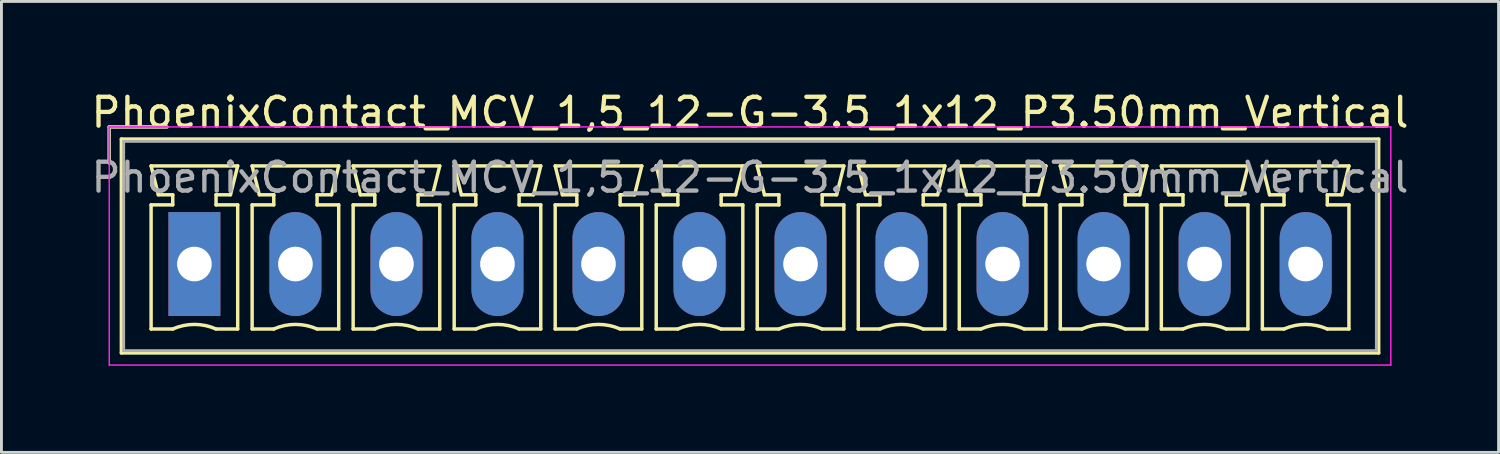
<source format=kicad_pcb>
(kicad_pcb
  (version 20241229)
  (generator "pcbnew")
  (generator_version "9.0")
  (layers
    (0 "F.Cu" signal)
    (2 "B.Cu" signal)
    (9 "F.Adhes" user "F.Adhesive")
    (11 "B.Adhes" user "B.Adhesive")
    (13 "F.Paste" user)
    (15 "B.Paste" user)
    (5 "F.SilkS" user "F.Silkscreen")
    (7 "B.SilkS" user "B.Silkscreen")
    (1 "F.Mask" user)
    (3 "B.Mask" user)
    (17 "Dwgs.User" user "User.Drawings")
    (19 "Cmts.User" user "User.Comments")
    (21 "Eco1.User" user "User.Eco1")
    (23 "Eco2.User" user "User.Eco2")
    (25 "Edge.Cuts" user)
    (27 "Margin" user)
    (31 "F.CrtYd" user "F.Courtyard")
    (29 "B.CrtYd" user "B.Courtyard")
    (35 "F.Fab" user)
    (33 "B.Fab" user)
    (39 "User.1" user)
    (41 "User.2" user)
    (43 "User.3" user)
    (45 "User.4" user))
  (footprint "PhoenixContact_MCV_1,5_12-G-3.5_1x12_P3.50mm_Vertical"
    (layer "F.Cu")
    (at 3.685 6.098)
    (property "Reference" "PhoenixContact_MCV_1,5_12-G-3.5_1x12_P3.50mm_Vertical" (at 19.25 -5.25 0) (layer "F.SilkS") (effects (font (size 1 1) (thickness 0.15))))
    (attr through_hole)
    (fp_line (start -2.95 -4.75) (end -0.95 -4.75) (stroke (width 0.12) (type solid)) (layer "F.SilkS"))
    (fp_line (start -2.95 -3.5) (end -2.95 -4.75) (stroke (width 0.12) (type solid)) (layer "F.SilkS"))
    (fp_line (start -2.53 -4.33) (end -2.53 3.08) (stroke (width 0.12) (type solid)) (layer "F.SilkS"))
    (fp_line (start -2.53 3.08) (end 41.03 3.08) (stroke (width 0.12) (type solid)) (layer "F.SilkS"))
    (fp_line (start -1.5 -3.4) (end 1.5 -3.4) (stroke (width 0.12) (type solid)) (layer "F.SilkS"))
    (fp_line (start -1.5 -2.05) (end -0.75 -2.05) (stroke (width 0.12) (type solid)) (layer "F.SilkS"))
    (fp_line (start -1.5 2.25) (end -1.5 -2.05) (stroke (width 0.12) (type solid)) (layer "F.SilkS"))
    (fp_line (start -1.25 -2.4) (end -1.5 -3.4) (stroke (width 0.12) (type solid)) (layer "F.SilkS"))
    (fp_line (start -0.75 -2.4) (end -1.25 -2.4) (stroke (width 0.12) (type solid)) (layer "F.SilkS"))
    (fp_line (start -0.75 -2.05) (end -0.75 -2.4) (stroke (width 0.12) (type solid)) (layer "F.SilkS"))
    (fp_line (start -0.75 2.25) (end -1.5 2.25) (stroke (width 0.12) (type solid)) (layer "F.SilkS"))
    (fp_line (start 0.75 -2.4) (end 0.75 -2.05) (stroke (width 0.12) (type solid)) (layer "F.SilkS"))
    (fp_line (start 0.75 -2.05) (end 1.5 -2.05) (stroke (width 0.12) (type solid)) (layer "F.SilkS"))
    (fp_line (start 1.25 -2.4) (end 0.75 -2.4) (stroke (width 0.12) (type solid)) (layer "F.SilkS"))
    (fp_line (start 1.5 -3.4) (end 1.25 -2.4) (stroke (width 0.12) (type solid)) (layer "F.SilkS"))
    (fp_line (start 1.5 -2.05) (end 1.5 2.25) (stroke (width 0.12) (type solid)) (layer "F.SilkS"))
    (fp_line (start 1.5 2.25) (end 0.75 2.25) (stroke (width 0.12) (type solid)) (layer "F.SilkS"))
    (fp_line (start 2 -3.4) (end 5 -3.4) (stroke (width 0.12) (type solid)) (layer "F.SilkS"))
    (fp_line (start 2 -2.05) (end 2.75 -2.05) (stroke (width 0.12) (type solid)) (layer "F.SilkS"))
    (fp_line (start 2 2.25) (end 2 -2.05) (stroke (width 0.12) (type solid)) (layer "F.SilkS"))
    (fp_line (start 2.25 -2.4) (end 2 -3.4) (stroke (width 0.12) (type solid)) (layer "F.SilkS"))
    (fp_line (start 2.75 -2.4) (end 2.25 -2.4) (stroke (width 0.12) (type solid)) (layer "F.SilkS"))
    (fp_line (start 2.75 -2.05) (end 2.75 -2.4) (stroke (width 0.12) (type solid)) (layer "F.SilkS"))
    (fp_line (start 2.75 2.25) (end 2 2.25) (stroke (width 0.12) (type solid)) (layer "F.SilkS"))
    (fp_line (start 4.25 -2.4) (end 4.25 -2.05) (stroke (width 0.12) (type solid)) (layer "F.SilkS"))
    (fp_line (start 4.25 -2.05) (end 5 -2.05) (stroke (width 0.12) (type solid)) (layer "F.SilkS"))
    (fp_line (start 4.75 -2.4) (end 4.25 -2.4) (stroke (width 0.12) (type solid)) (layer "F.SilkS"))
    (fp_line (start 5 -3.4) (end 4.75 -2.4) (stroke (width 0.12) (type solid)) (layer "F.SilkS"))
    (fp_line (start 5 -2.05) (end 5 2.25) (stroke (width 0.12) (type solid)) (layer "F.SilkS"))
    (fp_line (start 5 2.25) (end 4.25 2.25) (stroke (width 0.12) (type solid)) (layer "F.SilkS"))
    (fp_line (start 5.5 -3.4) (end 8.5 -3.4) (stroke (width 0.12) (type solid)) (layer "F.SilkS"))
    (fp_line (start 5.5 -2.05) (end 6.25 -2.05) (stroke (width 0.12) (type solid)) (layer "F.SilkS"))
    (fp_line (start 5.5 2.25) (end 5.5 -2.05) (stroke (width 0.12) (type solid)) (layer "F.SilkS"))
    (fp_line (start 5.75 -2.4) (end 5.5 -3.4) (stroke (width 0.12) (type solid)) (layer "F.SilkS"))
    (fp_line (start 6.25 -2.4) (end 5.75 -2.4) (stroke (width 0.12) (type solid)) (layer "F.SilkS"))
    (fp_line (start 6.25 -2.05) (end 6.25 -2.4) (stroke (width 0.12) (type solid)) (layer "F.SilkS"))
    (fp_line (start 6.25 2.25) (end 5.5 2.25) (stroke (width 0.12) (type solid)) (layer "F.SilkS"))
    (fp_line (start 7.75 -2.4) (end 7.75 -2.05) (stroke (width 0.12) (type solid)) (layer "F.SilkS"))
    (fp_line (start 7.75 -2.05) (end 8.5 -2.05) (stroke (width 0.12) (type solid)) (layer "F.SilkS"))
    (fp_line (start 8.25 -2.4) (end 7.75 -2.4) (stroke (width 0.12) (type solid)) (layer "F.SilkS"))
    (fp_line (start 8.5 -3.4) (end 8.25 -2.4) (stroke (width 0.12) (type solid)) (layer "F.SilkS"))
    (fp_line (start 8.5 -2.05) (end 8.5 2.25) (stroke (width 0.12) (type solid)) (layer "F.SilkS"))
    (fp_line (start 8.5 2.25) (end 7.75 2.25) (stroke (width 0.12) (type solid)) (layer "F.SilkS"))
    (fp_line (start 9 -3.4) (end 12 -3.4) (stroke (width 0.12) (type solid)) (layer "F.SilkS"))
    (fp_line (start 9 -2.05) (end 9.75 -2.05) (stroke (width 0.12) (type solid)) (layer "F.SilkS"))
    (fp_line (start 9 2.25) (end 9 -2.05) (stroke (width 0.12) (type solid)) (layer "F.SilkS"))
    (fp_line (start 9.25 -2.4) (end 9 -3.4) (stroke (width 0.12) (type solid)) (layer "F.SilkS"))
    (fp_line (start 9.75 -2.4) (end 9.25 -2.4) (stroke (width 0.12) (type solid)) (layer "F.SilkS"))
    (fp_line (start 9.75 -2.05) (end 9.75 -2.4) (stroke (width 0.12) (type solid)) (layer "F.SilkS"))
    (fp_line (start 9.75 2.25) (end 9 2.25) (stroke (width 0.12) (type solid)) (layer "F.SilkS"))
    (fp_line (start 11.25 -2.4) (end 11.25 -2.05) (stroke (width 0.12) (type solid)) (layer "F.SilkS"))
    (fp_line (start 11.25 -2.05) (end 12 -2.05) (stroke (width 0.12) (type solid)) (layer "F.SilkS"))
    (fp_line (start 11.75 -2.4) (end 11.25 -2.4) (stroke (width 0.12) (type solid)) (layer "F.SilkS"))
    (fp_line (start 12 -3.4) (end 11.75 -2.4) (stroke (width 0.12) (type solid)) (layer "F.SilkS"))
    (fp_line (start 12 -2.05) (end 12 2.25) (stroke (width 0.12) (type solid)) (layer "F.SilkS"))
    (fp_line (start 12 2.25) (end 11.25 2.25) (stroke (width 0.12) (type solid)) (layer "F.SilkS"))
    (fp_line (start 12.5 -3.4) (end 15.5 -3.4) (stroke (width 0.12) (type solid)) (layer "F.SilkS"))
    (fp_line (start 12.5 -2.05) (end 13.25 -2.05) (stroke (width 0.12) (type solid)) (layer "F.SilkS"))
    (fp_line (start 12.5 2.25) (end 12.5 -2.05) (stroke (width 0.12) (type solid)) (layer "F.SilkS"))
    (fp_line (start 12.75 -2.4) (end 12.5 -3.4) (stroke (width 0.12) (type solid)) (layer "F.SilkS"))
    (fp_line (start 13.25 -2.4) (end 12.75 -2.4) (stroke (width 0.12) (type solid)) (layer "F.SilkS"))
    (fp_line (start 13.25 -2.05) (end 13.25 -2.4) (stroke (width 0.12) (type solid)) (layer "F.SilkS"))
    (fp_line (start 13.25 2.25) (end 12.5 2.25) (stroke (width 0.12) (type solid)) (layer "F.SilkS"))
    (fp_line (start 14.75 -2.4) (end 14.75 -2.05) (stroke (width 0.12) (type solid)) (layer "F.SilkS"))
    (fp_line (start 14.75 -2.05) (end 15.5 -2.05) (stroke (width 0.12) (type solid)) (layer "F.SilkS"))
    (fp_line (start 15.25 -2.4) (end 14.75 -2.4) (stroke (width 0.12) (type solid)) (layer "F.SilkS"))
    (fp_line (start 15.5 -3.4) (end 15.25 -2.4) (stroke (width 0.12) (type solid)) (layer "F.SilkS"))
    (fp_line (start 15.5 -2.05) (end 15.5 2.25) (stroke (width 0.12) (type solid)) (layer "F.SilkS"))
    (fp_line (start 15.5 2.25) (end 14.75 2.25) (stroke (width 0.12) (type solid)) (layer "F.SilkS"))
    (fp_line (start 16 -3.4) (end 19 -3.4) (stroke (width 0.12) (type solid)) (layer "F.SilkS"))
    (fp_line (start 16 -2.05) (end 16.75 -2.05) (stroke (width 0.12) (type solid)) (layer "F.SilkS"))
    (fp_line (start 16 2.25) (end 16 -2.05) (stroke (width 0.12) (type solid)) (layer "F.SilkS"))
    (fp_line (start 16.25 -2.4) (end 16 -3.4) (stroke (width 0.12) (type solid)) (layer "F.SilkS"))
    (fp_line (start 16.75 -2.4) (end 16.25 -2.4) (stroke (width 0.12) (type solid)) (layer "F.SilkS"))
    (fp_line (start 16.75 -2.05) (end 16.75 -2.4) (stroke (width 0.12) (type solid)) (layer "F.SilkS"))
    (fp_line (start 16.75 2.25) (end 16 2.25) (stroke (width 0.12) (type solid)) (layer "F.SilkS"))
    (fp_line (start 18.25 -2.4) (end 18.25 -2.05) (stroke (width 0.12) (type solid)) (layer "F.SilkS"))
    (fp_line (start 18.25 -2.05) (end 19 -2.05) (stroke (width 0.12) (type solid)) (layer "F.SilkS"))
    (fp_line (start 18.75 -2.4) (end 18.25 -2.4) (stroke (width 0.12) (type solid)) (layer "F.SilkS"))
    (fp_line (start 19 -3.4) (end 18.75 -2.4) (stroke (width 0.12) (type solid)) (layer "F.SilkS"))
    (fp_line (start 19 -2.05) (end 19 2.25) (stroke (width 0.12) (type solid)) (layer "F.SilkS"))
    (fp_line (start 19 2.25) (end 18.25 2.25) (stroke (width 0.12) (type solid)) (layer "F.SilkS"))
    (fp_line (start 19.5 -3.4) (end 22.5 -3.4) (stroke (width 0.12) (type solid)) (layer "F.SilkS"))
    (fp_line (start 19.5 -2.05) (end 20.25 -2.05) (stroke (width 0.12) (type solid)) (layer "F.SilkS"))
    (fp_line (start 19.5 2.25) (end 19.5 -2.05) (stroke (width 0.12) (type solid)) (layer "F.SilkS"))
    (fp_line (start 19.75 -2.4) (end 19.5 -3.4) (stroke (width 0.12) (type solid)) (layer "F.SilkS"))
    (fp_line (start 20.25 -2.4) (end 19.75 -2.4) (stroke (width 0.12) (type solid)) (layer "F.SilkS"))
    (fp_line (start 20.25 -2.05) (end 20.25 -2.4) (stroke (width 0.12) (type solid)) (layer "F.SilkS"))
    (fp_line (start 20.25 2.25) (end 19.5 2.25) (stroke (width 0.12) (type solid)) (layer "F.SilkS"))
    (fp_line (start 21.75 -2.4) (end 21.75 -2.05) (stroke (width 0.12) (type solid)) (layer "F.SilkS"))
    (fp_line (start 21.75 -2.05) (end 22.5 -2.05) (stroke (width 0.12) (type solid)) (layer "F.SilkS"))
    (fp_line (start 22.25 -2.4) (end 21.75 -2.4) (stroke (width 0.12) (type solid)) (layer "F.SilkS"))
    (fp_line (start 22.5 -3.4) (end 22.25 -2.4) (stroke (width 0.12) (type solid)) (layer "F.SilkS"))
    (fp_line (start 22.5 -2.05) (end 22.5 2.25) (stroke (width 0.12) (type solid)) (layer "F.SilkS"))
    (fp_line (start 22.5 2.25) (end 21.75 2.25) (stroke (width 0.12) (type solid)) (layer "F.SilkS"))
    (fp_line (start 23 -3.4) (end 26 -3.4) (stroke (width 0.12) (type solid)) (layer "F.SilkS"))
    (fp_line (start 23 -2.05) (end 23.75 -2.05) (stroke (width 0.12) (type solid)) (layer "F.SilkS"))
    (fp_line (start 23 2.25) (end 23 -2.05) (stroke (width 0.12) (type solid)) (layer "F.SilkS"))
    (fp_line (start 23.25 -2.4) (end 23 -3.4) (stroke (width 0.12) (type solid)) (layer "F.SilkS"))
    (fp_line (start 23.75 -2.4) (end 23.25 -2.4) (stroke (width 0.12) (type solid)) (layer "F.SilkS"))
    (fp_line (start 23.75 -2.05) (end 23.75 -2.4) (stroke (width 0.12) (type solid)) (layer "F.SilkS"))
    (fp_line (start 23.75 2.25) (end 23 2.25) (stroke (width 0.12) (type solid)) (layer "F.SilkS"))
    (fp_line (start 25.25 -2.4) (end 25.25 -2.05) (stroke (width 0.12) (type solid)) (layer "F.SilkS"))
    (fp_line (start 25.25 -2.05) (end 26 -2.05) (stroke (width 0.12) (type solid)) (layer "F.SilkS"))
    (fp_line (start 25.75 -2.4) (end 25.25 -2.4) (stroke (width 0.12) (type solid)) (layer "F.SilkS"))
    (fp_line (start 26 -3.4) (end 25.75 -2.4) (stroke (width 0.12) (type solid)) (layer "F.SilkS"))
    (fp_line (start 26 -2.05) (end 26 2.25) (stroke (width 0.12) (type solid)) (layer "F.SilkS"))
    (fp_line (start 26 2.25) (end 25.25 2.25) (stroke (width 0.12) (type solid)) (layer "F.SilkS"))
    (fp_line (start 26.5 -3.4) (end 29.5 -3.4) (stroke (width 0.12) (type solid)) (layer "F.SilkS"))
    (fp_line (start 26.5 -2.05) (end 27.25 -2.05) (stroke (width 0.12) (type solid)) (layer "F.SilkS"))
    (fp_line (start 26.5 2.25) (end 26.5 -2.05) (stroke (width 0.12) (type solid)) (layer "F.SilkS"))
    (fp_line (start 26.75 -2.4) (end 26.5 -3.4) (stroke (width 0.12) (type solid)) (layer "F.SilkS"))
    (fp_line (start 27.25 -2.4) (end 26.75 -2.4) (stroke (width 0.12) (type solid)) (layer "F.SilkS"))
    (fp_line (start 27.25 -2.05) (end 27.25 -2.4) (stroke (width 0.12) (type solid)) (layer "F.SilkS"))
    (fp_line (start 27.25 2.25) (end 26.5 2.25) (stroke (width 0.12) (type solid)) (layer "F.SilkS"))
    (fp_line (start 28.75 -2.4) (end 28.75 -2.05) (stroke (width 0.12) (type solid)) (layer "F.SilkS"))
    (fp_line (start 28.75 -2.05) (end 29.5 -2.05) (stroke (width 0.12) (type solid)) (layer "F.SilkS"))
    (fp_line (start 29.25 -2.4) (end 28.75 -2.4) (stroke (width 0.12) (type solid)) (layer "F.SilkS"))
    (fp_line (start 29.5 -3.4) (end 29.25 -2.4) (stroke (width 0.12) (type solid)) (layer "F.SilkS"))
    (fp_line (start 29.5 -2.05) (end 29.5 2.25) (stroke (width 0.12) (type solid)) (layer "F.SilkS"))
    (fp_line (start 29.5 2.25) (end 28.75 2.25) (stroke (width 0.12) (type solid)) (layer "F.SilkS"))
    (fp_line (start 30 -3.4) (end 33 -3.4) (stroke (width 0.12) (type solid)) (layer "F.SilkS"))
    (fp_line (start 30 -2.05) (end 30.75 -2.05) (stroke (width 0.12) (type solid)) (layer "F.SilkS"))
    (fp_line (start 30 2.25) (end 30 -2.05) (stroke (width 0.12) (type solid)) (layer "F.SilkS"))
    (fp_line (start 30.25 -2.4) (end 30 -3.4) (stroke (width 0.12) (type solid)) (layer "F.SilkS"))
    (fp_line (start 30.75 -2.4) (end 30.25 -2.4) (stroke (width 0.12) (type solid)) (layer "F.SilkS"))
    (fp_line (start 30.75 -2.05) (end 30.75 -2.4) (stroke (width 0.12) (type solid)) (layer "F.SilkS"))
    (fp_line (start 30.75 2.25) (end 30 2.25) (stroke (width 0.12) (type solid)) (layer "F.SilkS"))
    (fp_line (start 32.25 -2.4) (end 32.25 -2.05) (stroke (width 0.12) (type solid)) (layer "F.SilkS"))
    (fp_line (start 32.25 -2.05) (end 33 -2.05) (stroke (width 0.12) (type solid)) (layer "F.SilkS"))
    (fp_line (start 32.75 -2.4) (end 32.25 -2.4) (stroke (width 0.12) (type solid)) (layer "F.SilkS"))
    (fp_line (start 33 -3.4) (end 32.75 -2.4) (stroke (width 0.12) (type solid)) (layer "F.SilkS"))
    (fp_line (start 33 -2.05) (end 33 2.25) (stroke (width 0.12) (type solid)) (layer "F.SilkS"))
    (fp_line (start 33 2.25) (end 32.25 2.25) (stroke (width 0.12) (type solid)) (layer "F.SilkS"))
    (fp_line (start 33.5 -3.4) (end 36.5 -3.4) (stroke (width 0.12) (type solid)) (layer "F.SilkS"))
    (fp_line (start 33.5 -2.05) (end 34.25 -2.05) (stroke (width 0.12) (type solid)) (layer "F.SilkS"))
    (fp_line (start 33.5 2.25) (end 33.5 -2.05) (stroke (width 0.12) (type solid)) (layer "F.SilkS"))
    (fp_line (start 33.75 -2.4) (end 33.5 -3.4) (stroke (width 0.12) (type solid)) (layer "F.SilkS"))
    (fp_line (start 34.25 -2.4) (end 33.75 -2.4) (stroke (width 0.12) (type solid)) (layer "F.SilkS"))
    (fp_line (start 34.25 -2.05) (end 34.25 -2.4) (stroke (width 0.12) (type solid)) (layer "F.SilkS"))
    (fp_line (start 34.25 2.25) (end 33.5 2.25) (stroke (width 0.12) (type solid)) (layer "F.SilkS"))
    (fp_line (start 35.75 -2.4) (end 35.75 -2.05) (stroke (width 0.12) (type solid)) (layer "F.SilkS"))
    (fp_line (start 35.75 -2.05) (end 36.5 -2.05) (stroke (width 0.12) (type solid)) (layer "F.SilkS"))
    (fp_line (start 36.25 -2.4) (end 35.75 -2.4) (stroke (width 0.12) (type solid)) (layer "F.SilkS"))
    (fp_line (start 36.5 -3.4) (end 36.25 -2.4) (stroke (width 0.12) (type solid)) (layer "F.SilkS"))
    (fp_line (start 36.5 -2.05) (end 36.5 2.25) (stroke (width 0.12) (type solid)) (layer "F.SilkS"))
    (fp_line (start 36.5 2.25) (end 35.75 2.25) (stroke (width 0.12) (type solid)) (layer "F.SilkS"))
    (fp_line (start 37 -3.4) (end 40 -3.4) (stroke (width 0.12) (type solid)) (layer "F.SilkS"))
    (fp_line (start 37 -2.05) (end 37.75 -2.05) (stroke (width 0.12) (type solid)) (layer "F.SilkS"))
    (fp_line (start 37 2.25) (end 37 -2.05) (stroke (width 0.12) (type solid)) (layer "F.SilkS"))
    (fp_line (start 37.25 -2.4) (end 37 -3.4) (stroke (width 0.12) (type solid)) (layer "F.SilkS"))
    (fp_line (start 37.75 -2.4) (end 37.25 -2.4) (stroke (width 0.12) (type solid)) (layer "F.SilkS"))
    (fp_line (start 37.75 -2.05) (end 37.75 -2.4) (stroke (width 0.12) (type solid)) (layer "F.SilkS"))
    (fp_line (start 37.75 2.25) (end 37 2.25) (stroke (width 0.12) (type solid)) (layer "F.SilkS"))
    (fp_line (start 39.25 -2.4) (end 39.25 -2.05) (stroke (width 0.12) (type solid)) (layer "F.SilkS"))
    (fp_line (start 39.25 -2.05) (end 40 -2.05) (stroke (width 0.12) (type solid)) (layer "F.SilkS"))
    (fp_line (start 39.75 -2.4) (end 39.25 -2.4) (stroke (width 0.12) (type solid)) (layer "F.SilkS"))
    (fp_line (start 40 -3.4) (end 39.75 -2.4) (stroke (width 0.12) (type solid)) (layer "F.SilkS"))
    (fp_line (start 40 -2.05) (end 40 2.25) (stroke (width 0.12) (type solid)) (layer "F.SilkS"))
    (fp_line (start 40 2.25) (end 39.25 2.25) (stroke (width 0.12) (type solid)) (layer "F.SilkS"))
    (fp_line (start 41.03 -4.33) (end -2.53 -4.33) (stroke (width 0.12) (type solid)) (layer "F.SilkS"))
    (fp_line (start 41.03 3.08) (end 41.03 -4.33) (stroke (width 0.12) (type solid)) (layer "F.SilkS"))
    (fp_arc (start -0.75 2.25) (mid -0.000193 2.09191) (end 0.749647 2.249844) (stroke (width 0.12) (type solid)) (layer "F.SilkS"))
    (fp_arc (start 2.75 2.25) (mid 3.499807 2.09191) (end 4.249647 2.249844) (stroke (width 0.12) (type solid)) (layer "F.SilkS"))
    (fp_arc (start 6.25 2.25) (mid 6.999807 2.09191) (end 7.749647 2.249844) (stroke (width 0.12) (type solid)) (layer "F.SilkS"))
    (fp_arc (start 9.75 2.25) (mid 10.499807 2.09191) (end 11.249647 2.249844) (stroke (width 0.12) (type solid)) (layer "F.SilkS"))
    (fp_arc (start 13.25 2.25) (mid 13.999807 2.09191) (end 14.749647 2.249844) (stroke (width 0.12) (type solid)) (layer "F.SilkS"))
    (fp_arc (start 16.75 2.25) (mid 17.499807 2.09191) (end 18.249647 2.249844) (stroke (width 0.12) (type solid)) (layer "F.SilkS"))
    (fp_arc (start 20.25 2.25) (mid 20.999807 2.09191) (end 21.749647 2.249844) (stroke (width 0.12) (type solid)) (layer "F.SilkS"))
    (fp_arc (start 23.75 2.25) (mid 24.499807 2.09191) (end 25.249647 2.249844) (stroke (width 0.12) (type solid)) (layer "F.SilkS"))
    (fp_arc (start 27.25 2.25) (mid 27.999807 2.09191) (end 28.749647 2.249844) (stroke (width 0.12) (type solid)) (layer "F.SilkS"))
    (fp_arc (start 30.75 2.25) (mid 31.499807 2.09191) (end 32.249647 2.249844) (stroke (width 0.12) (type solid)) (layer "F.SilkS"))
    (fp_arc (start 34.25 2.25) (mid 34.999807 2.09191) (end 35.749647 2.249844) (stroke (width 0.12) (type solid)) (layer "F.SilkS"))
    (fp_arc (start 37.75 2.25) (mid 38.499807 2.09191) (end 39.249647 2.249844) (stroke (width 0.12) (type solid)) (layer "F.SilkS"))
    (fp_line (start -2.95 -4.75) (end -2.95 3.5) (stroke (width 0.05) (type solid)) (layer "F.CrtYd"))
    (fp_line (start -2.95 3.5) (end 41.45 3.5) (stroke (width 0.05) (type solid)) (layer "F.CrtYd"))
    (fp_line (start 41.45 -4.75) (end -2.95 -4.75) (stroke (width 0.05) (type solid)) (layer "F.CrtYd"))
    (fp_line (start 41.45 3.5) (end 41.45 -4.75) (stroke (width 0.05) (type solid)) (layer "F.CrtYd"))
    (fp_line (start -2.95 -4.75) (end -0.95 -4.75) (stroke (width 0.1) (type solid)) (layer "F.Fab"))
    (fp_line (start -2.95 -3.5) (end -2.95 -4.75) (stroke (width 0.1) (type solid)) (layer "F.Fab"))
    (fp_line (start -2.45 -4.25) (end -2.45 3) (stroke (width 0.1) (type solid)) (layer "F.Fab"))
    (fp_line (start -2.45 3) (end 40.95 3) (stroke (width 0.1) (type solid)) (layer "F.Fab"))
    (fp_line (start 40.95 -4.25) (end -2.45 -4.25) (stroke (width 0.1) (type solid)) (layer "F.Fab"))
    (fp_line (start 40.95 3) (end 40.95 -4.25) (stroke (width 0.1) (type solid)) (layer "F.Fab"))
    (fp_text user "${REFERENCE}" (at 19.25 -3 0) (layer "F.Fab") (effects (font (size 1 1) (thickness 0.15))))
    (pad "1" thru_hole rect (at 0 0) (size 1.8 3.6) (drill 1.2) (layers "*.Cu" "*.Mask"))
    (pad "2" thru_hole oval (at 3.5 0) (size 1.8 3.6) (drill 1.2) (layers "*.Cu" "*.Mask"))
    (pad "3" thru_hole oval (at 7 0) (size 1.8 3.6) (drill 1.2) (layers "*.Cu" "*.Mask"))
    (pad "4" thru_hole oval (at 10.5 0) (size 1.8 3.6) (drill 1.2) (layers "*.Cu" "*.Mask"))
    (pad "5" thru_hole oval (at 14 0) (size 1.8 3.6) (drill 1.2) (layers "*.Cu" "*.Mask"))
    (pad "6" thru_hole oval (at 17.5 0) (size 1.8 3.6) (drill 1.2) (layers "*.Cu" "*.Mask"))
    (pad "7" thru_hole oval (at 21 0) (size 1.8 3.6) (drill 1.2) (layers "*.Cu" "*.Mask"))
    (pad "8" thru_hole oval (at 24.5 0) (size 1.8 3.6) (drill 1.2) (layers "*.Cu" "*.Mask"))
    (pad "9" thru_hole oval (at 28 0) (size 1.8 3.6) (drill 1.2) (layers "*.Cu" "*.Mask"))
    (pad "10" thru_hole oval (at 31.5 0) (size 1.8 3.6) (drill 1.2) (layers "*.Cu" "*.Mask"))
    (pad "11" thru_hole oval (at 35 0) (size 1.8 3.6) (drill 1.2) (layers "*.Cu" "*.Mask"))
    (pad "12" thru_hole oval (at 38.5 0) (size 1.8 3.6) (drill 1.2) (layers "*.Cu" "*.Mask")))
  (gr_rect
    (start -3 -3)
    (end 48.869 12.623)
    (stroke (width 0.1) (type default))
    (fill no)
    (layer "Edge.Cuts")))
</source>
